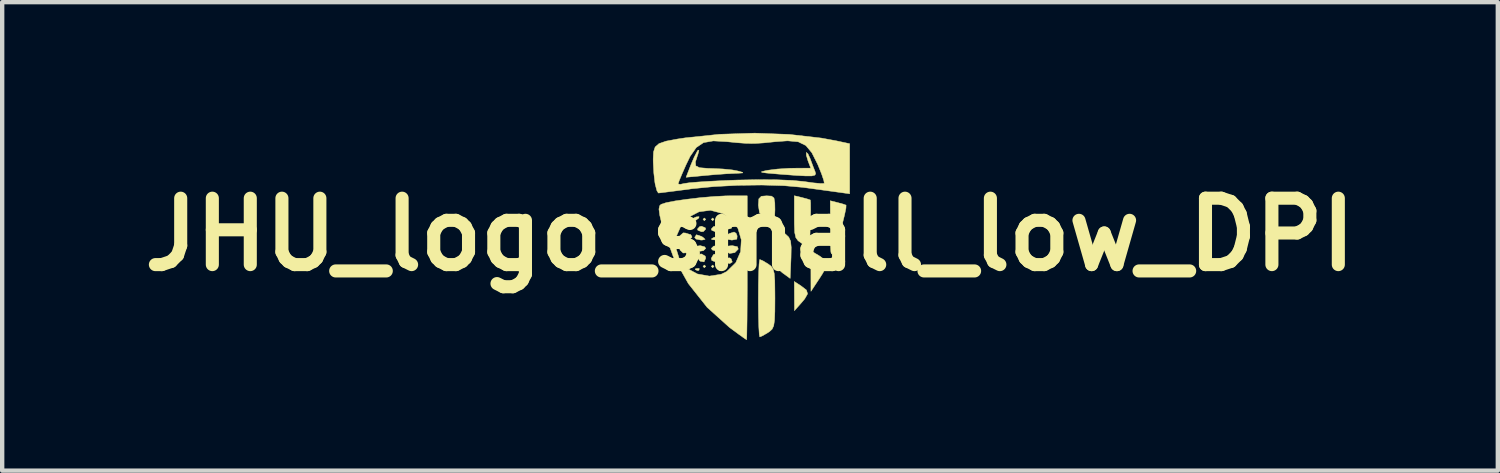
<source format=kicad_pcb>
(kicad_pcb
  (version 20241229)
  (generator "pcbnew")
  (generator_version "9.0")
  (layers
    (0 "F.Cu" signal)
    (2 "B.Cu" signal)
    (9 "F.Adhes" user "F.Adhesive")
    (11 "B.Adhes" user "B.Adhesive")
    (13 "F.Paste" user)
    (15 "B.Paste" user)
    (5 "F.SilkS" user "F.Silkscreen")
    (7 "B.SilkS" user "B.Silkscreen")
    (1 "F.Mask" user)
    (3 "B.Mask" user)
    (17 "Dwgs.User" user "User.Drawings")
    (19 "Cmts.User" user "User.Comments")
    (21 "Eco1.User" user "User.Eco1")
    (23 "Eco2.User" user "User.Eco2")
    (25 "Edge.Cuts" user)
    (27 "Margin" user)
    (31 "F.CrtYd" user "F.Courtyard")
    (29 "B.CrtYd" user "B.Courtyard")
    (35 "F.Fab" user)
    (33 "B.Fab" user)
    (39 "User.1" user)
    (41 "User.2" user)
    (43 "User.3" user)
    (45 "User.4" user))
  (footprint "JHU_logo_small_low_DPI"
    (layer "F.Cu")
    (at 14.159 2.332)
    (property "Reference" "JHU_logo_small_low_DPI" (at 0 0 0) (layer "F.SilkS") (effects (font (size 1.524 1.524) (thickness 0.3))))
    (attr through_hole)
    (fp_poly (pts (xy -1.016 -0.349) (xy -1.048 -0.318) (xy -1.079 -0.349) (xy -1.048 -0.381) (xy -1.016 -0.349)) (stroke (width 0.01) (type solid)) (fill yes) (layer "F.SilkS"))
    (fp_poly (pts (xy -1.016 0.73) (xy -1.048 0.762) (xy -1.079 0.73) (xy -1.048 0.699) (xy -1.016 0.73)) (stroke (width 0.01) (type solid)) (fill yes) (layer "F.SilkS"))
    (fp_poly (pts (xy -0.826 -0.349) (xy -0.857 -0.318) (xy -0.889 -0.349) (xy -0.857 -0.381) (xy -0.826 -0.349)) (stroke (width 0.01) (type solid)) (fill yes) (layer "F.SilkS"))
    (fp_poly (pts (xy -0.826 0.73) (xy -0.857 0.762) (xy -0.889 0.73) (xy -0.857 0.699) (xy -0.826 0.73)) (stroke (width 0.01) (type solid)) (fill yes) (layer "F.SilkS"))
    (fp_poly (pts (xy -1.164 0.783) (xy -1.173 0.821) (xy -1.206 0.826) (xy -1.259 0.802) (xy -1.249 0.783) (xy -1.173 0.776) (xy -1.164 0.783)) (stroke (width 0.01) (type solid)) (fill yes) (layer "F.SilkS"))
    (fp_poly (pts (xy -1.175 -0.38) (xy -1.243 -0.328) (xy -1.316 -0.319) (xy -1.333 -0.342) (xy -1.284 -0.383) (xy -1.235 -0.405) (xy -1.169 -0.41) (xy -1.175 -0.38)) (stroke (width 0.01) (type solid)) (fill yes) (layer "F.SilkS"))
    (fp_poly (pts (xy -0.719 0.482) (xy -0.73 0.558) (xy -0.814 0.62) (xy -0.878 0.593) (xy -0.889 0.545) (xy -0.838 0.458) (xy -0.788 0.445) (xy -0.719 0.482)) (stroke (width 0.01) (type solid)) (fill yes) (layer "F.SilkS"))
    (fp_poly (pts (xy -0.67 -0.405) (xy -0.581 -0.354) (xy -0.596 -0.321) (xy -0.631 -0.318) (xy -0.717 -0.364) (xy -0.73 -0.38) (xy -0.72 -0.416) (xy -0.67 -0.405)) (stroke (width 0.01) (type solid)) (fill yes) (layer "F.SilkS"))
    (fp_poly (pts (xy -0.433 0.557) (xy -0.407 0.63) (xy -0.465 0.666) (xy -0.565 0.639) (xy -0.614 0.581) (xy -0.573 0.541) (xy -0.466 0.535) (xy -0.433 0.557)) (stroke (width 0.01) (type solid)) (fill yes) (layer "F.SilkS"))
    (fp_poly (pts (xy -1.366 0.279) (xy -1.349 0.333) (xy -1.427 0.417) (xy -1.535 0.423) (xy -1.609 0.352) (xy -1.605 0.278) (xy -1.499 0.254) (xy -1.485 0.254) (xy -1.366 0.279)) (stroke (width 0.01) (type solid)) (fill yes) (layer "F.SilkS"))
    (fp_poly (pts (xy -1.314 0.516) (xy -1.27 0.565) (xy -1.321 0.634) (xy -1.421 0.67) (xy -1.484 0.654) (xy -1.493 0.575) (xy -1.487 0.563) (xy -1.41 0.515) (xy -1.314 0.516)) (stroke (width 0.01) (type solid)) (fill yes) (layer "F.SilkS"))
    (fp_poly (pts (xy -1.279 -0.218) (xy -1.27 -0.191) (xy -1.323 -0.139) (xy -1.401 -0.127) (xy -1.489 -0.151) (xy -1.492 -0.191) (xy -1.4 -0.249) (xy -1.362 -0.254) (xy -1.279 -0.218)) (stroke (width 0.01) (type solid)) (fill yes) (layer "F.SilkS"))
    (fp_poly (pts (xy -1.114 0.042) (xy -1.079 0.064) (xy -1.03 0.11) (xy -1.093 0.125) (xy -1.127 0.126) (xy -1.239 0.103) (xy -1.27 0.064) (xy -1.23 0.004) (xy -1.114 0.042)) (stroke (width 0.01) (type solid)) (fill yes) (layer "F.SilkS"))
    (fp_poly (pts (xy -1.04 0.281) (xy -1.016 0.318) (xy -1.069 0.369) (xy -1.143 0.381) (xy -1.246 0.354) (xy -1.27 0.318) (xy -1.217 0.266) (xy -1.143 0.254) (xy -1.04 0.281)) (stroke (width 0.01) (type solid)) (fill yes) (layer "F.SilkS"))
    (fp_poly (pts (xy -1.027 0.495) (xy -1.016 0.54) (xy -1.055 0.627) (xy -1.143 0.611) (xy -1.164 0.593) (xy -1.205 0.5) (xy -1.139 0.447) (xy -1.111 0.445) (xy -1.027 0.495)) (stroke (width 0.01) (type solid)) (fill yes) (layer "F.SilkS"))
    (fp_poly (pts (xy -1.027 -0.156) (xy -1.016 -0.127) (xy -1.067 -0.071) (xy -1.111 -0.064) (xy -1.196 -0.098) (xy -1.206 -0.127) (xy -1.155 -0.183) (xy -1.111 -0.191) (xy -1.027 -0.156)) (stroke (width 0.01) (type solid)) (fill yes) (layer "F.SilkS"))
    (fp_poly (pts (xy -0.709 -0.156) (xy -0.699 -0.127) (xy -0.75 -0.071) (xy -0.794 -0.064) (xy -0.878 -0.098) (xy -0.889 -0.127) (xy -0.838 -0.183) (xy -0.794 -0.191) (xy -0.709 -0.156)) (stroke (width 0.01) (type solid)) (fill yes) (layer "F.SilkS"))
    (fp_poly (pts (xy -0.659 0.281) (xy -0.635 0.318) (xy -0.688 0.369) (xy -0.762 0.381) (xy -0.865 0.354) (xy -0.889 0.318) (xy -0.836 0.266) (xy -0.762 0.254) (xy -0.659 0.281)) (stroke (width 0.01) (type solid)) (fill yes) (layer "F.SilkS"))
    (fp_poly (pts (xy -0.636 0.748) (xy -0.635 0.762) (xy -0.684 0.823) (xy -0.702 0.826) (xy -0.74 0.787) (xy -0.73 0.762) (xy -0.673 0.701) (xy -0.663 0.699) (xy -0.636 0.748)) (stroke (width 0.01) (type solid)) (fill yes) (layer "F.SilkS"))
    (fp_poly (pts (xy -0.635 0.069) (xy -0.688 0.116) (xy -0.762 0.127) (xy -0.865 0.117) (xy -0.889 0.103) (xy -0.837 0.069) (xy -0.762 0.045) (xy -0.661 0.042) (xy -0.635 0.069)) (stroke (width 0.01) (type solid)) (fill yes) (layer "F.SilkS"))
    (fp_poly (pts (xy -0.435 -0.215) (xy -0.413 -0.191) (xy -0.432 -0.141) (xy -0.504 -0.127) (xy -0.609 -0.153) (xy -0.635 -0.191) (xy -0.584 -0.247) (xy -0.543 -0.254) (xy -0.435 -0.215)) (stroke (width 0.01) (type solid)) (fill yes) (layer "F.SilkS"))
    (fp_poly (pts (xy -0.288 0.279) (xy -0.27 0.333) (xy -0.349 0.414) (xy -0.467 0.433) (xy -0.527 0.404) (xy -0.57 0.315) (xy -0.498 0.263) (xy -0.407 0.254) (xy -0.288 0.279)) (stroke (width 0.01) (type solid)) (fill yes) (layer "F.SilkS"))
    (fp_poly (pts (xy 1.175 1.181) (xy 1.294 1.273) (xy 1.321 1.359) (xy 1.255 1.475) (xy 1.177 1.568) (xy 1.02 1.746) (xy 1.018 1.411) (xy 1.016 1.077) (xy 1.175 1.181)) (stroke (width 0.01) (type solid)) (fill yes) (layer "F.SilkS"))
    (fp_poly (pts (xy -0.319 -0.028) (xy -0.295 0.032) (xy -0.302 0.105) (xy -0.415 0.127) (xy -0.533 0.107) (xy -0.572 0.07) (xy -0.521 0.002) (xy -0.471 -0.025) (xy -0.366 -0.059) (xy -0.319 -0.028)) (stroke (width 0.01) (type solid)) (fill yes) (layer "F.SilkS"))
    (fp_poly (pts (xy 1.587 0.486) (xy 1.715 0.579) (xy 1.777 0.657) (xy 1.778 0.665) (xy 1.745 0.751) (xy 1.66 0.902) (xy 1.587 1.016) (xy 1.398 1.302) (xy 1.397 0.838) (xy 1.397 0.374) (xy 1.587 0.486)) (stroke (width 0.01) (type solid)) (fill yes) (layer "F.SilkS"))
    (fp_poly (pts (xy -1.479 -0.035) (xy -1.382 -0.004) (xy -1.36 0) (xy -1.334 0.049) (xy -1.333 0.064) (xy -1.388 0.111) (xy -1.49 0.127) (xy -1.602 0.106) (xy -1.611 0.033) (xy -1.609 0.028) (xy -1.532 -0.039) (xy -1.479 -0.035)) (stroke (width 0.01) (type solid)) (fill yes) (layer "F.SilkS"))
    (fp_poly (pts (xy 0.494 -0.882) (xy 0.55 -0.839) (xy 0.569 -0.728) (xy 0.572 -0.572) (xy 0.564 -0.369) (xy 0.532 -0.279) (xy 0.456 -0.284) (xy 0.333 -0.36) (xy 0.218 -0.501) (xy 0.191 -0.674) (xy 0.202 -0.82) (xy 0.26 -0.879) (xy 0.381 -0.889) (xy 0.494 -0.882)) (stroke (width 0.01) (type solid)) (fill yes) (layer "F.SilkS"))
    (fp_poly (pts (xy 1.191 -0.85) (xy 1.323 -0.814) (xy 1.384 -0.793) (xy 1.39 -0.727) (xy 1.391 -0.565) (xy 1.387 -0.336) (xy 1.384 -0.234) (xy 1.365 0.31) (xy 1.191 0.204) (xy 1.103 0.142) (xy 1.051 0.07) (xy 1.025 -0.046) (xy 1.017 -0.239) (xy 1.016 -0.397) (xy 1.016 -0.891) (xy 1.191 -0.85)) (stroke (width 0.01) (type solid)) (fill yes) (layer "F.SilkS"))
    (fp_poly (pts (xy 2.016 -0.732) (xy 2.147 -0.696) (xy 2.204 -0.675) (xy 2.201 -0.606) (xy 2.169 -0.451) (xy 2.118 -0.245) (xy 2.057 -0.025) (xy 1.996 0.175) (xy 1.943 0.318) (xy 1.9 0.412) (xy 1.872 0.446) (xy 1.856 0.405) (xy 1.848 0.274) (xy 1.845 0.039) (xy 1.844 -0.118) (xy 1.841 -0.776) (xy 2.016 -0.732)) (stroke (width 0.01) (type solid)) (fill yes) (layer "F.SilkS"))
    (fp_poly (pts (xy 0.699 -0.089) (xy 0.813 -0.012) (xy 0.889 0.06) (xy 0.931 0.15) (xy 0.945 0.292) (xy 0.941 0.523) (xy 0.94 0.553) (xy 0.921 1.006) (xy 0.746 0.879) (xy 0.653 0.8) (xy 0.601 0.711) (xy 0.577 0.574) (xy 0.572 0.353) (xy 0.572 0.312) (xy 0.578 0.095) (xy 0.594 -0.062) (xy 0.618 -0.125) (xy 0.619 -0.126) (xy 0.699 -0.089)) (stroke (width 0.01) (type solid)) (fill yes) (layer "F.SilkS"))
    (fp_poly (pts (xy -1.172 -1.932) (xy -1.197 -1.836) (xy -1.203 -1.821) (xy -1.253 -1.667) (xy -1.245 -1.577) (xy -1.157 -1.534) (xy -0.971 -1.519) (xy -0.873 -1.516) (xy -0.626 -1.505) (xy -0.402 -1.482) (xy -0.286 -1.46) (xy -0.173 -1.429) (xy -0.166 -1.414) (xy -0.274 -1.407) (xy -0.349 -1.404) (xy -0.55 -1.394) (xy -0.813 -1.375) (xy -1.035 -1.355) (xy -1.467 -1.315) (xy -1.359 -1.594) (xy -1.282 -1.774) (xy -1.214 -1.906) (xy -1.193 -1.937) (xy -1.172 -1.932)) (stroke (width 0.01) (type solid)) (fill yes) (layer "F.SilkS"))
    (fp_poly (pts (xy 1.329 -1.853) (xy 1.382 -1.737) (xy 1.383 -1.734) (xy 1.446 -1.564) (xy 1.493 -1.445) (xy 1.506 -1.395) (xy 1.487 -1.363) (xy 1.419 -1.346) (xy 1.283 -1.345) (xy 1.061 -1.357) (xy 0.737 -1.381) (xy 0.603 -1.392) (xy 0.378 -1.412) (xy 0.269 -1.427) (xy 0.264 -1.443) (xy 0.351 -1.464) (xy 0.413 -1.476) (xy 0.627 -1.503) (xy 0.891 -1.52) (xy 1.03 -1.523) (xy 1.394 -1.524) (xy 1.33 -1.692) (xy 1.292 -1.821) (xy 1.293 -1.885) (xy 1.329 -1.853)) (stroke (width 0.01) (type solid)) (fill yes) (layer "F.SilkS"))
    (fp_poly (pts (xy 0.297 0.603) (xy 0.415 0.674) (xy 0.484 0.726) (xy 0.529 0.79) (xy 0.555 0.892) (xy 0.568 1.058) (xy 0.571 1.314) (xy 0.572 1.46) (xy 0.57 1.764) (xy 0.562 1.966) (xy 0.543 2.093) (xy 0.507 2.17) (xy 0.449 2.224) (xy 0.415 2.247) (xy 0.292 2.32) (xy 0.224 2.349) (xy 0.212 2.29) (xy 0.202 2.126) (xy 0.195 1.88) (xy 0.191 1.576) (xy 0.191 1.46) (xy 0.193 1.141) (xy 0.199 0.872) (xy 0.208 0.678) (xy 0.22 0.579) (xy 0.224 0.572) (xy 0.297 0.603)) (stroke (width 0.01) (type solid)) (fill yes) (layer "F.SilkS"))
    (fp_poly (pts (xy -0.064 0.762) (xy -0.064 1.205) (xy -0.066 1.603) (xy -0.068 1.939) (xy -0.072 2.197) (xy -0.075 2.36) (xy -0.079 2.412) (xy -0.134 2.377) (xy -0.264 2.284) (xy -0.443 2.152) (xy -0.476 2.127) (xy -0.983 1.671) (xy -1.416 1.124) (xy -1.76 0.509) (xy -1.835 0.301) (xy -1.703 0.301) (xy -1.618 0.573) (xy -1.449 0.774) (xy -1.207 0.904) (xy -0.932 0.953) (xy -0.663 0.911) (xy -0.534 0.848) (xy -0.327 0.645) (xy -0.216 0.392) (xy -0.2 0.12) (xy -0.277 -0.141) (xy -0.445 -0.363) (xy -0.625 -0.482) (xy -0.906 -0.557) (xy -1.171 -0.523) (xy -1.402 -0.402) (xy -1.579 -0.211) (xy -1.686 0.03) (xy -1.703 0.301) (xy -1.835 0.301) (xy -2.001 -0.155) (xy -2.015 -0.209) (xy -2.071 -0.443) (xy -2.09 -0.584) (xy -2.073 -0.662) (xy -2.04 -0.694) (xy -1.926 -0.731) (xy -1.716 -0.772) (xy -1.443 -0.811) (xy -1.137 -0.847) (xy -0.83 -0.873) (xy -0.552 -0.888) (xy -0.456 -0.889) (xy -0.064 -0.889) (xy -0.064 0.762)) (stroke (width 0.01) (type solid)) (fill yes) (layer "F.SilkS"))
    (fp_poly (pts (xy 0.901 -2.298) (xy 1.637 -2.214) (xy 1.978 -2.151) (xy 2.286 -2.085) (xy 2.286 -0.936) (xy 1.953 -0.982) (xy 1.699 -1.017) (xy 1.399 -1.058) (xy 1.206 -1.084) (xy 0.78 -1.122) (xy 0.27 -1.137) (xy -0.28 -1.13) (xy -0.827 -1.101) (xy -1.33 -1.052) (xy -1.365 -1.047) (xy -1.65 -1.009) (xy -1.886 -0.979) (xy -2.046 -0.959) (xy -2.103 -0.953) (xy -2.137 -1.008) (xy -2.174 -1.147) (xy -2.176 -1.161) (xy -1.651 -1.161) (xy -1.6 -1.152) (xy -1.508 -1.172) (xy -1.399 -1.188) (xy -1.187 -1.206) (xy -0.897 -1.224) (xy -0.553 -1.241) (xy -0.286 -1.251) (xy 0.189 -1.26) (xy 0.619 -1.257) (xy 0.977 -1.242) (xy 1.235 -1.217) (xy 1.235 -1.217) (xy 1.457 -1.186) (xy 1.624 -1.171) (xy 1.702 -1.174) (xy 1.704 -1.174) (xy 1.693 -1.241) (xy 1.642 -1.392) (xy 1.559 -1.596) (xy 1.551 -1.614) (xy 1.419 -1.877) (xy 1.281 -2.043) (xy 1.105 -2.129) (xy 0.862 -2.151) (xy 0.585 -2.131) (xy 0.308 -2.103) (xy 0.104 -2.09) (xy -0.081 -2.092) (xy -0.298 -2.108) (xy -0.527 -2.131) (xy -0.842 -2.149) (xy -1.066 -2.11) (xy -1.233 -1.998) (xy -1.374 -1.795) (xy -1.47 -1.597) (xy -1.56 -1.393) (xy -1.625 -1.237) (xy -1.651 -1.162) (xy -1.651 -1.161) (xy -2.176 -1.161) (xy -2.182 -1.191) (xy -2.207 -1.409) (xy -2.221 -1.662) (xy -2.222 -1.732) (xy -2.214 -1.896) (xy -2.177 -2.009) (xy -2.088 -2.087) (xy -1.927 -2.143) (xy -1.672 -2.191) (xy -1.486 -2.219) (xy -0.7 -2.301) (xy 0.109 -2.327) (xy 0.901 -2.298)) (stroke (width 0.01) (type solid)) (fill yes) (layer "F.SilkS")))
  (gr_rect
    (start -3 -3)
    (end 31.317 7.749)
    (stroke (width 0.1) (type default))
    (fill no)
    (layer "Edge.Cuts")))
</source>
